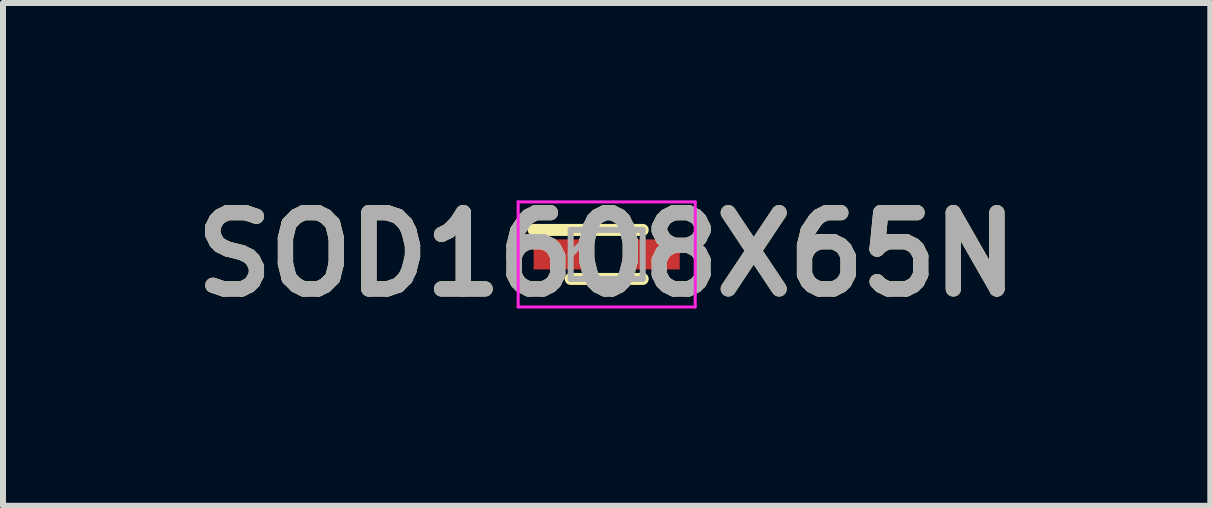
<source format=kicad_pcb>
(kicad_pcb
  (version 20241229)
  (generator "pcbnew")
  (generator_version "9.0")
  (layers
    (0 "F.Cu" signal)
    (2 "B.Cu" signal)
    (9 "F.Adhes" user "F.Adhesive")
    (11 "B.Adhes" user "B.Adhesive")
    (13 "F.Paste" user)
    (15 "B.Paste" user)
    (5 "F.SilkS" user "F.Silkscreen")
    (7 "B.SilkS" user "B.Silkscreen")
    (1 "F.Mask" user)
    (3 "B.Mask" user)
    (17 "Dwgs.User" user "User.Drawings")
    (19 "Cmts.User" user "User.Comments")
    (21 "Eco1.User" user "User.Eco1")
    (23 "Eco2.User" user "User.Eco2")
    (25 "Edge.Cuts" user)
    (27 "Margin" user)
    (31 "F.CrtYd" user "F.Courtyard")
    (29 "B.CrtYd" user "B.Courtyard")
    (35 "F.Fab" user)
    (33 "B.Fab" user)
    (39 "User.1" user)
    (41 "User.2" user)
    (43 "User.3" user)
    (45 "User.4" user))
  (footprint "SOD1608X65N"
    (layer "F.Cu")
    (at 7.058 1.189)
    (property "Reference" "SOD1608X65N" (at 0 0 0) (layer "F.SilkS") (effects (font (size 1.27 1.27) (thickness 0.254))))
    (attr smd)
    (fp_line (start -1.216 -0.408) (end 0.6 -0.408) (stroke (width 0.2) (type solid)) (layer "F.SilkS"))
    (fp_line (start -0.6 0.408) (end 0.6 0.408) (stroke (width 0.2) (type solid)) (layer "F.SilkS"))
    (fp_line (start -1.475 -0.875) (end 1.475 -0.875) (stroke (width 0.05) (type solid)) (layer "F.CrtYd"))
    (fp_line (start -1.475 0.875) (end -1.475 -0.875) (stroke (width 0.05) (type solid)) (layer "F.CrtYd"))
    (fp_line (start 1.475 -0.875) (end 1.475 0.875) (stroke (width 0.05) (type solid)) (layer "F.CrtYd"))
    (fp_line (start 1.475 0.875) (end -1.475 0.875) (stroke (width 0.05) (type solid)) (layer "F.CrtYd"))
    (fp_line (start -0.6 -0.408) (end 0.6 -0.408) (stroke (width 0.1) (type solid)) (layer "F.Fab"))
    (fp_line (start -0.6 0.001) (end -0.191 -0.408) (stroke (width 0.1) (type solid)) (layer "F.Fab"))
    (fp_line (start -0.6 0.408) (end -0.6 -0.408) (stroke (width 0.1) (type solid)) (layer "F.Fab"))
    (fp_line (start 0.6 -0.408) (end 0.6 0.408) (stroke (width 0.1) (type solid)) (layer "F.Fab"))
    (fp_line (start 0.6 0.408) (end -0.6 0.408) (stroke (width 0.1) (type solid)) (layer "F.Fab"))
    (fp_text user "${REFERENCE}" (at 0 0 0) (layer "F.Fab") (effects (font (size 1.27 1.27) (thickness 0.254))))
    (pad "1" smd rect (at -0.808 0 90) (size 0.5 0.818) (layers "F.Cu" "F.Mask" "F.Paste"))
    (pad "2" smd rect (at 0.808 0 90) (size 0.5 0.818) (layers "F.Cu" "F.Mask" "F.Paste")))
  (gr_rect
    (start -3 -3)
    (end 17.115 5.377)
    (stroke (width 0.1) (type default))
    (fill no)
    (layer "Edge.Cuts")))
</source>
